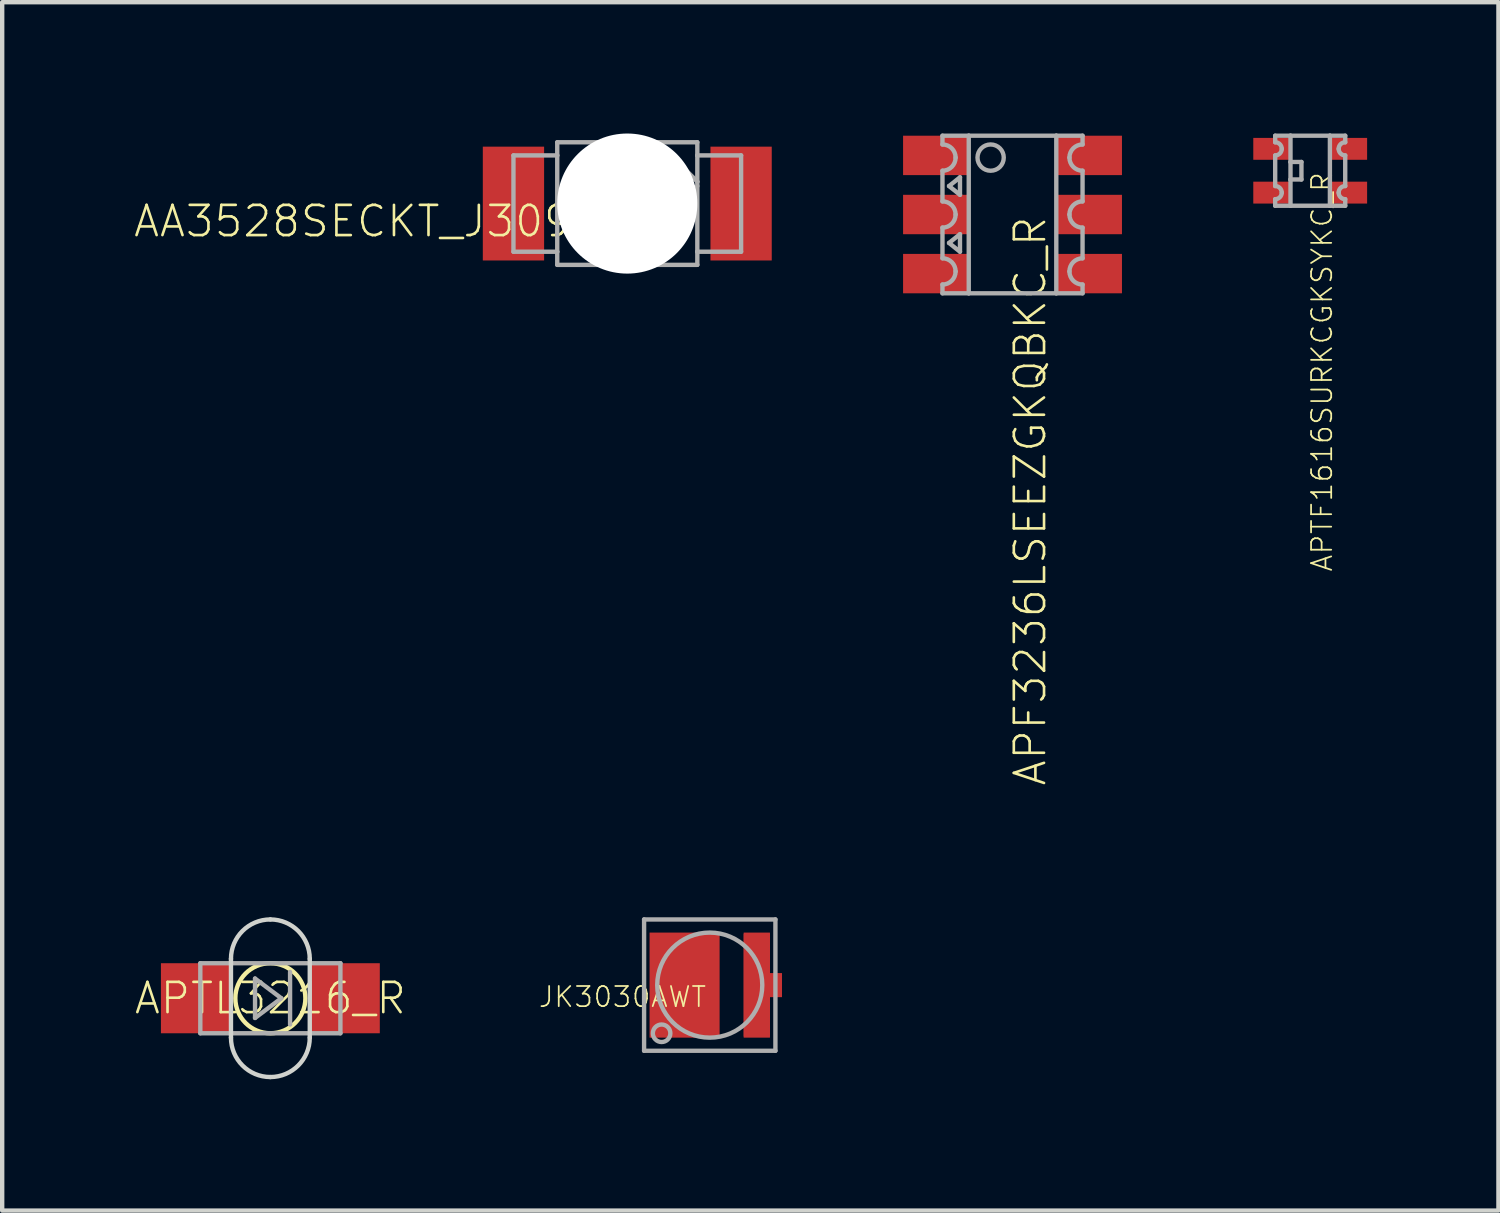
<source format=kicad_pcb>
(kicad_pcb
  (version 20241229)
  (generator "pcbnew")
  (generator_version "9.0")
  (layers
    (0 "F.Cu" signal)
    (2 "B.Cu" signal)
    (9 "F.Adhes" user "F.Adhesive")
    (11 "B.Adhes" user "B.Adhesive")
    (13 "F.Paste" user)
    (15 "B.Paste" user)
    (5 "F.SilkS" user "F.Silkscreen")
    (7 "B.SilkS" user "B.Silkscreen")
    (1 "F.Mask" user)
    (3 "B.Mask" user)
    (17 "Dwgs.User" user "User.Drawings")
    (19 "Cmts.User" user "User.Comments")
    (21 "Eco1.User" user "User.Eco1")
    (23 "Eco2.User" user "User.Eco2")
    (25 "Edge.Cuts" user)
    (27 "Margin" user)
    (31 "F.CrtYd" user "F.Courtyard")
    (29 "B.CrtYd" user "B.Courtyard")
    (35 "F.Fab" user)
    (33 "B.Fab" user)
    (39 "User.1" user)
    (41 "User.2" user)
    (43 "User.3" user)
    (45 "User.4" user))
  (footprint "APTF1616SURKCGKSYKC_R"
    (layer "F.Cu")
    (at 26.879 0.85)
    (property "Reference" "APTF1616SURKCGKSYKC_R" (at 0 0 90) (unlocked yes) (layer "F.SilkS") (effects (font (size 0.46 0.46) (thickness 0.04)) (justify right top)))
    (fp_line (start -0.8 -0.8) (end -0.8 -0.65) (stroke (width 0.1) (type solid)) (layer "F.Fab"))
    (fp_line (start -0.8 -0.35) (end -0.8 0.35) (stroke (width 0.1) (type solid)) (layer "F.Fab"))
    (fp_line (start -0.8 0.65) (end -0.8 0.8) (stroke (width 0.1) (type solid)) (layer "F.Fab"))
    (fp_line (start -0.8 0.8) (end -0.45 0.8) (stroke (width 0.1) (type solid)) (layer "F.Fab"))
    (fp_line (start -0.45 -0.8) (end -0.8 -0.8) (stroke (width 0.1) (type solid)) (layer "F.Fab"))
    (fp_line (start -0.45 -0.8) (end -0.45 -0.2) (stroke (width 0.1) (type solid)) (layer "F.Fab"))
    (fp_line (start -0.45 -0.8) (end 0.45 -0.8) (stroke (width 0.1) (type solid)) (layer "F.Fab"))
    (fp_line (start -0.45 -0.2) (end -0.45 0.2) (stroke (width 0.1) (type solid)) (layer "F.Fab"))
    (fp_line (start -0.45 -0.2) (end -0.2 -0.2) (stroke (width 0.1) (type solid)) (layer "F.Fab"))
    (fp_line (start -0.45 0.2) (end -0.45 0.8) (stroke (width 0.1) (type solid)) (layer "F.Fab"))
    (fp_line (start -0.45 0.8) (end 0.45 0.8) (stroke (width 0.1) (type solid)) (layer "F.Fab"))
    (fp_line (start -0.2 -0.2) (end -0.2 0.2) (stroke (width 0.1) (type solid)) (layer "F.Fab"))
    (fp_line (start -0.2 0.2) (end -0.45 0.2) (stroke (width 0.1) (type solid)) (layer "F.Fab"))
    (fp_line (start 0.45 0.8) (end 0.45 -0.8) (stroke (width 0.1) (type solid)) (layer "F.Fab"))
    (fp_line (start 0.45 0.8) (end 0.8 0.8) (stroke (width 0.1) (type solid)) (layer "F.Fab"))
    (fp_line (start 0.8 -0.8) (end 0.45 -0.8) (stroke (width 0.1) (type solid)) (layer "F.Fab"))
    (fp_line (start 0.8 -0.8) (end 0.8 -0.65) (stroke (width 0.1) (type solid)) (layer "F.Fab"))
    (fp_line (start 0.8 -0.35) (end 0.8 0.35) (stroke (width 0.1) (type solid)) (layer "F.Fab"))
    (fp_line (start 0.8 0.65) (end 0.8 0.8) (stroke (width 0.1) (type solid)) (layer "F.Fab"))
    (fp_arc (start -0.8 -0.65) (mid -0.693934 -0.606066) (end -0.65 -0.5) (stroke (width 0.1) (type solid)) (layer "F.Fab"))
    (fp_arc (start -0.8 0.35) (mid -0.693934 0.393934) (end -0.65 0.5) (stroke (width 0.1) (type solid)) (layer "F.Fab"))
    (fp_arc (start -0.65 -0.5) (mid -0.693934 -0.393934) (end -0.8 -0.35) (stroke (width 0.1) (type solid)) (layer "F.Fab"))
    (fp_arc (start -0.65 0.5) (mid -0.693934 0.606066) (end -0.8 0.65) (stroke (width 0.1) (type solid)) (layer "F.Fab"))
    (fp_arc (start 0.65 -0.5) (mid 0.693934 -0.606066) (end 0.8 -0.65) (stroke (width 0.1) (type solid)) (layer "F.Fab"))
    (fp_arc (start 0.65 0.5) (mid 0.693934 0.393934) (end 0.8 0.35) (stroke (width 0.1) (type solid)) (layer "F.Fab"))
    (fp_arc (start 0.8 -0.35) (mid 0.693934 -0.393934) (end 0.65 -0.5) (stroke (width 0.1) (type solid)) (layer "F.Fab"))
    (fp_arc (start 0.8 0.65) (mid 0.693934 0.606066) (end 0.65 0.5) (stroke (width 0.1) (type solid)) (layer "F.Fab"))
    (pad "1" smd rect (at 0.875 0.5) (size 0.85 0.5) (layers "F.Cu" "F.Mask" "F.Paste"))
    (pad "2" smd rect (at -0.875 0.5) (size 0.85 0.5) (layers "F.Cu" "F.Mask" "F.Paste"))
    (pad "3" smd rect (at -0.875 -0.5) (size 0.85 0.5) (layers "F.Cu" "F.Mask" "F.Paste"))
    (pad "4" smd rect (at 0.875 -0.5) (size 0.85 0.5) (layers "F.Cu" "F.Mask" "F.Paste")))
  (footprint "APF3236LSEEZGKQBKC_R"
    (layer "F.Cu")
    (at 20.079 1.85)
    (property "Reference" "APF3236LSEEZGKQBKC_R" (at 0 0 90) (unlocked yes) (layer "F.SilkS") (effects (font (size 0.69 0.69) (thickness 0.06)) (justify right top)))
    (fp_line (start -1.6 -1.6) (end -1.6 -1.8) (stroke (width 0.1) (type solid)) (layer "F.Fab"))
    (fp_line (start -1.6 -0.3) (end -1.6 -1) (stroke (width 0.1) (type solid)) (layer "F.Fab"))
    (fp_line (start -1.6 1) (end -1.6 0.3) (stroke (width 0.1) (type solid)) (layer "F.Fab"))
    (fp_line (start -1.6 1.6) (end -1.6 1.8) (stroke (width 0.1) (type solid)) (layer "F.Fab"))
    (fp_line (start -1.6 1.8) (end -1 1.8) (stroke (width 0.1) (type solid)) (layer "F.Fab"))
    (fp_line (start -1.45 -0.65) (end -1.2 -0.85) (stroke (width 0.1) (type solid)) (layer "F.Fab"))
    (fp_line (start -1.45 0.65) (end -1.2 0.45) (stroke (width 0.1) (type solid)) (layer "F.Fab"))
    (fp_line (start -1.2 -0.85) (end -1.2 -0.45) (stroke (width 0.1) (type solid)) (layer "F.Fab"))
    (fp_line (start -1.2 -0.45) (end -1.45 -0.65) (stroke (width 0.1) (type solid)) (layer "F.Fab"))
    (fp_line (start -1.2 0.45) (end -1.2 0.85) (stroke (width 0.1) (type solid)) (layer "F.Fab"))
    (fp_line (start -1.2 0.85) (end -1.45 0.65) (stroke (width 0.1) (type solid)) (layer "F.Fab"))
    (fp_line (start -1 -1.8) (end -1.6 -1.8) (stroke (width 0.1) (type solid)) (layer "F.Fab"))
    (fp_line (start -1 -1.8) (end -1 1.8) (stroke (width 0.1) (type solid)) (layer "F.Fab"))
    (fp_line (start -1 -1.8) (end 1 -1.8) (stroke (width 0.1) (type solid)) (layer "F.Fab"))
    (fp_line (start -1 1.8) (end 1 1.8) (stroke (width 0.1) (type solid)) (layer "F.Fab"))
    (fp_line (start 1 1.8) (end 1 -1.8) (stroke (width 0.1) (type solid)) (layer "F.Fab"))
    (fp_line (start 1 1.8) (end 1.6 1.8) (stroke (width 0.1) (type solid)) (layer "F.Fab"))
    (fp_line (start 1.6 -1.8) (end 1 -1.8) (stroke (width 0.1) (type solid)) (layer "F.Fab"))
    (fp_line (start 1.6 -1.6) (end 1.6 -1.8) (stroke (width 0.1) (type solid)) (layer "F.Fab"))
    (fp_line (start 1.6 -1) (end 1.6 -0.3) (stroke (width 0.1) (type solid)) (layer "F.Fab"))
    (fp_line (start 1.6 0.3) (end 1.6 1) (stroke (width 0.1) (type solid)) (layer "F.Fab"))
    (fp_line (start 1.6 1.6) (end 1.6 1.8) (stroke (width 0.1) (type solid)) (layer "F.Fab"))
    (fp_arc (start -1.6 -1.6) (mid -1.387868 -1.512132) (end -1.3 -1.3) (stroke (width 0.1) (type solid)) (layer "F.Fab"))
    (fp_arc (start -1.6 -0.3) (mid -1.387868 -0.212132) (end -1.3 0) (stroke (width 0.1) (type solid)) (layer "F.Fab"))
    (fp_arc (start -1.6 1) (mid -1.387868 1.087868) (end -1.3 1.3) (stroke (width 0.1) (type solid)) (layer "F.Fab"))
    (fp_arc (start -1.3 -1.3) (mid -1.387868 -1.087868) (end -1.6 -1) (stroke (width 0.1) (type solid)) (layer "F.Fab"))
    (fp_arc (start -1.3 0) (mid -1.387868 0.212132) (end -1.6 0.3) (stroke (width 0.1) (type solid)) (layer "F.Fab"))
    (fp_arc (start -1.3 1.3) (mid -1.387868 1.512132) (end -1.6 1.6) (stroke (width 0.1) (type solid)) (layer "F.Fab"))
    (fp_arc (start 1.3 -1.3) (mid 1.387868 -1.512132) (end 1.6 -1.6) (stroke (width 0.1) (type solid)) (layer "F.Fab"))
    (fp_arc (start 1.3 0) (mid 1.387868 -0.212132) (end 1.6 -0.3) (stroke (width 0.1) (type solid)) (layer "F.Fab"))
    (fp_arc (start 1.3 1.3) (mid 1.387868 1.087868) (end 1.6 1) (stroke (width 0.1) (type solid)) (layer "F.Fab"))
    (fp_arc (start 1.6 -1) (mid 1.387868 -1.087868) (end 1.3 -1.3) (stroke (width 0.1) (type solid)) (layer "F.Fab"))
    (fp_arc (start 1.6 0.3) (mid 1.387868 0.212132) (end 1.3 0) (stroke (width 0.1) (type solid)) (layer "F.Fab"))
    (fp_arc (start 1.6 1.6) (mid 1.387868 1.512132) (end 1.3 1.3) (stroke (width 0.1) (type solid)) (layer "F.Fab"))
    (fp_circle (center -0.5 -1.3) (end -0.2 -1.3) (stroke (width 0.1) (type solid)) (fill no) (layer "F.Fab"))
    (pad "1" smd rect (at -1.75 -1.35) (size 1.5 0.9) (layers "F.Cu" "F.Mask" "F.Paste"))
    (pad "2" smd rect (at -1.75 0) (size 1.5 0.9) (layers "F.Cu" "F.Mask" "F.Paste"))
    (pad "3" smd rect (at -1.75 1.35) (size 1.5 0.9) (layers "F.Cu" "F.Mask" "F.Paste"))
    (pad "4" smd rect (at 1.75 -1.35) (size 1.5 0.9) (layers "F.Cu" "F.Mask" "F.Paste"))
    (pad "5" smd rect (at 1.75 0) (size 1.5 0.9) (layers "F.Cu" "F.Mask" "F.Paste"))
    (pad "6" smd rect (at 1.75 1.35) (size 1.5 0.9) (layers "F.Cu" "F.Mask" "F.Paste")))
  (footprint "APTL3216_R"
    (layer "F.Cu")
    (at 3.126 19.753)
    (property "Reference" "APTL3216_R" (at 0 0 0) (unlocked yes) (layer "F.SilkS") (effects (font (size 0.69 0.69) (thickness 0.06))))
    (fp_poly (pts (xy -2.3 0.9) (xy 2.3 0.9) (xy 2.3 -0.9) (xy -2.3 -0.9)) (stroke (width 0) (type default)) (fill yes) (layer "F.Mask"))
    (fp_circle (center 0 0) (end 0.8 0) (stroke (width 0.1) (type solid)) (fill no) (layer "F.SilkS"))
    (fp_poly (pts (xy -0.9 0.8) (xy -2.5 0.8) (xy -2.5 -0.8) (xy -0.9 -0.8)) (stroke (width 0) (type default)) (fill yes) (layer "F.Paste"))
    (fp_poly (pts (xy 2.5 0.8) (xy 0.9 0.8) (xy 0.9 -0.8) (xy 2.5 -0.8)) (stroke (width 0) (type default)) (fill yes) (layer "F.Paste"))
    (fp_line (start -0.9 0.9) (end -0.9 -0.9) (stroke (width 0.1) (type solid)) (layer "Edge.Cuts"))
    (fp_line (start 0.9 -0.9) (end 0.9 0.9) (stroke (width 0.1) (type solid)) (layer "Edge.Cuts"))
    (fp_arc (start -0.9 -0.9) (mid -0.636396 -1.536396) (end 0 -1.8) (stroke (width 0.1) (type solid)) (layer "Edge.Cuts"))
    (fp_arc (start 0 -1.8) (mid 0.636396 -1.536396) (end 0.9 -0.9) (stroke (width 0.1) (type solid)) (layer "Edge.Cuts"))
    (fp_arc (start 0 1.8) (mid -0.636396 1.536396) (end -0.9 0.9) (stroke (width 0.1) (type solid)) (layer "Edge.Cuts"))
    (fp_arc (start 0.9 0.9) (mid 0.636396 1.536396) (end 0 1.8) (stroke (width 0.1) (type solid)) (layer "Edge.Cuts"))
    (fp_line (start -1.6 0.8) (end -1.6 -0.8) (stroke (width 0.1) (type solid)) (layer "F.Fab"))
    (fp_line (start -1.6 0.8) (end 1.6 0.8) (stroke (width 0.1) (type solid)) (layer "F.Fab"))
    (fp_line (start -0.35 -0.45) (end -0.35 0.45) (stroke (width 0.1) (type solid)) (layer "F.Fab"))
    (fp_line (start -0.35 0.45) (end 0.25 0) (stroke (width 0.1) (type solid)) (layer "F.Fab"))
    (fp_line (start 0.25 0) (end -0.35 -0.45) (stroke (width 0.1) (type solid)) (layer "F.Fab"))
    (fp_line (start 0.45 -0.6) (end 0.45 0.6) (stroke (width 0.1) (type solid)) (layer "F.Fab"))
    (fp_line (start 1.6 -0.8) (end -1.6 -0.8) (stroke (width 0.1) (type solid)) (layer "F.Fab"))
    (fp_line (start 1.6 -0.8) (end 1.6 0.8) (stroke (width 0.1) (type solid)) (layer "F.Fab"))
    (pad "A" smd rect (at -1.7 0) (size 1.6 1.6) (layers "F.Cu"))
    (pad "C" smd rect (at 1.7 0) (size 1.6 1.6) (layers "F.Cu")))
  (footprint "AA3528SECKT_J309_R"
    (layer "F.Cu")
    (at 11.279 1.6)
    (property "Reference" "AA3528SECKT_J309_R" (at 0 0 0) (unlocked yes) (layer "F.SilkS") (effects (font (size 0.69 0.69) (thickness 0.06)) (justify right top)))
    (fp_line (start -2.6 -1.1) (end -2.6 1.1) (stroke (width 0.1) (type solid)) (layer "F.Fab"))
    (fp_line (start -2.6 1.1) (end -1.6 1.1) (stroke (width 0.1) (type solid)) (layer "F.Fab"))
    (fp_line (start -1.6 -1.4) (end -1.6 -1.1) (stroke (width 0.1) (type solid)) (layer "F.Fab"))
    (fp_line (start -1.6 -1.1) (end -2.6 -1.1) (stroke (width 0.1) (type solid)) (layer "F.Fab"))
    (fp_line (start -1.6 -1.1) (end -1.6 1.1) (stroke (width 0.1) (type solid)) (layer "F.Fab"))
    (fp_line (start -1.6 1.1) (end -1.6 1.4) (stroke (width 0.1) (type solid)) (layer "F.Fab"))
    (fp_line (start -1.6 1.4) (end 1.6 1.4) (stroke (width 0.1) (type solid)) (layer "F.Fab"))
    (fp_line (start 0.6 -1.4) (end -1.6 -1.4) (stroke (width 0.1) (type solid)) (layer "F.Fab"))
    (fp_line (start 0.7 -1.4) (end 0.6 -1.4) (stroke (width 0.1) (type solid)) (layer "F.Fab"))
    (fp_line (start 0.7 -1.4) (end 1.6 -0.5) (stroke (width 0.1) (type solid)) (layer "F.Fab"))
    (fp_line (start 1.6 -1.4) (end 0.7 -1.4) (stroke (width 0.1) (type solid)) (layer "F.Fab"))
    (fp_line (start 1.6 -1.1) (end 1.6 -1.4) (stroke (width 0.1) (type solid)) (layer "F.Fab"))
    (fp_line (start 1.6 -1.1) (end 2.6 -1.1) (stroke (width 0.1) (type solid)) (layer "F.Fab"))
    (fp_line (start 1.6 -0.5) (end 1.6 -1.1) (stroke (width 0.1) (type solid)) (layer "F.Fab"))
    (fp_line (start 1.6 -0.4) (end 1.6 -0.5) (stroke (width 0.1) (type solid)) (layer "F.Fab"))
    (fp_line (start 1.6 1.1) (end 1.6 -0.4) (stroke (width 0.1) (type solid)) (layer "F.Fab"))
    (fp_line (start 1.6 1.4) (end 1.6 1.1) (stroke (width 0.1) (type solid)) (layer "F.Fab"))
    (fp_line (start 2.6 -1.1) (end 2.6 1.1) (stroke (width 0.1) (type solid)) (layer "F.Fab"))
    (fp_line (start 2.6 1.1) (end 1.6 1.1) (stroke (width 0.1) (type solid)) (layer "F.Fab"))
    (pad "" np_thru_hole circle (at 0 0) (size 3.2 3.2) (drill 3.2) (layers "*.Cu" "*.Mask"))
    (pad "A" smd rect (at 2.6 0) (size 1.4 2.6) (layers "F.Cu" "F.Mask" "F.Paste"))
    (pad "C" smd rect (at -2.6 0) (size 1.4 2.6) (layers "F.Cu" "F.Mask" "F.Paste")))
  (footprint "JK3030AWT"
    (layer "F.Cu")
    (at 13.163 19.453)
    (property "Reference" "JK3030AWT" (at -0.05 0 0) (unlocked yes) (layer "F.SilkS") (effects (font (size 0.46 0.46) (thickness 0.04)) (justify right top)))
    (fp_poly (pts (xy 1.375 -0.275) (xy 1.65 -0.275) (xy 1.65 0.275) (xy 1.375 0.275) (xy 1.375 1.2) (xy 0.775 1.2) (xy 0.775 -1.2) (xy 1.375 -1.2)) (stroke (width 0) (type default)) (fill yes) (layer "F.Cu"))
    (fp_poly (pts (xy -1.425 1.25) (xy 0.275 1.25) (xy 0.275 -1.25) (xy -1.425 -1.25)) (stroke (width 0) (type default)) (fill yes) (layer "F.Mask"))
    (fp_poly (pts (xy 0.725 1.25) (xy 1.425 1.25) (xy 1.425 -1.25) (xy 0.725 -1.25)) (stroke (width 0) (type default)) (fill yes) (layer "F.Mask"))
    (fp_poly (pts (xy 1.425 0.325) (xy 1.7 0.325) (xy 1.7 -0.325) (xy 1.425 -0.325)) (stroke (width 0) (type default)) (fill yes) (layer "F.Mask"))
    (fp_poly (pts (xy 0.075 0.95) (xy -1.225 0.95) (xy -1.225 -0.95) (xy 0.075 -0.95)) (stroke (width 0) (type default)) (fill yes) (layer "F.Paste"))
    (fp_poly (pts (xy 1.275 0.95) (xy 0.875 0.95) (xy 0.875 -0.95) (xy 1.275 -0.95)) (stroke (width 0) (type default)) (fill yes) (layer "F.Paste"))
    (fp_line (start -1.5 -1.5) (end -1.5 1.5) (stroke (width 0.1) (type solid)) (layer "F.Fab"))
    (fp_line (start -1.5 1.5) (end 1.5 1.5) (stroke (width 0.1) (type solid)) (layer "F.Fab"))
    (fp_line (start 1.5 -1.5) (end -1.5 -1.5) (stroke (width 0.1) (type solid)) (layer "F.Fab"))
    (fp_line (start 1.5 1.5) (end 1.5 -1.5) (stroke (width 0.1) (type solid)) (layer "F.Fab"))
    (fp_circle (center -1.1 1.1) (end -0.9 1.1) (stroke (width 0.1) (type solid)) (fill no) (layer "F.Fab"))
    (fp_circle (center 0 0) (end 1.2 0) (stroke (width 0.1) (type solid)) (fill no) (layer "F.Fab"))
    (pad "A" smd rect (at 1.075 0) (size 0.6 2.35) (layers "F.Cu"))
    (pad "C" smd rect (at -0.575 0) (size 1.6 2.4) (layers "F.Cu")))
  (gr_rect
    (start -3 -3)
    (end 31.179 24.603)
    (stroke (width 0.1) (type default))
    (fill no)
    (layer "Edge.Cuts")))
</source>
